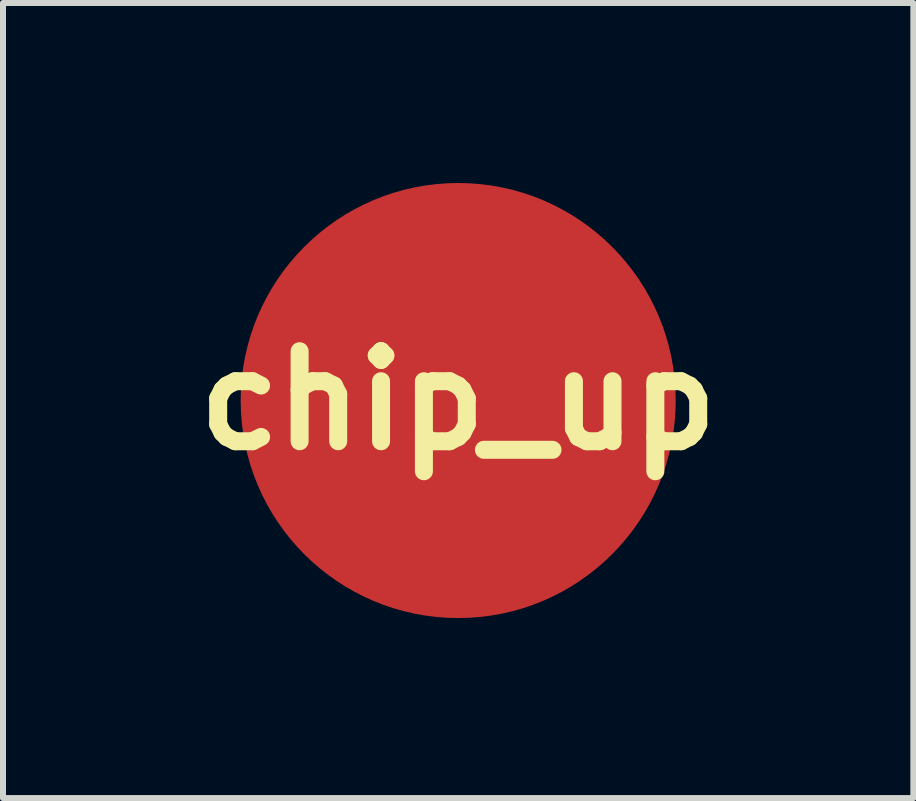
<source format=kicad_pcb>
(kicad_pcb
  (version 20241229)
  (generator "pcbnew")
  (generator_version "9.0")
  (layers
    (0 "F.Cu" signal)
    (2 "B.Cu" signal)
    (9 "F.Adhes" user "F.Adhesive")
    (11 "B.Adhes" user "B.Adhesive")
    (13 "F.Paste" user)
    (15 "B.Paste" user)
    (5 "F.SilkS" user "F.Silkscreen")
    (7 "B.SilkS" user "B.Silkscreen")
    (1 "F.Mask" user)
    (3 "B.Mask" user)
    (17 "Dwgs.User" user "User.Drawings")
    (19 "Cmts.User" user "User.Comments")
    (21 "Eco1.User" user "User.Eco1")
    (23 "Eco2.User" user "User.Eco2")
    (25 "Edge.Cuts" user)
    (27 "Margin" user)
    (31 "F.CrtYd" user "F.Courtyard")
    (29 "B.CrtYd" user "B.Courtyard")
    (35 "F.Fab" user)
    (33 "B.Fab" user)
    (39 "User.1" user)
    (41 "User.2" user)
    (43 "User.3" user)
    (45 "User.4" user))
  (footprint "chip_up"
    (layer "F.Cu")
    (at 4.586 3.625)
    (property "Reference" "chip_up" (at 0 0 0) (layer "F.SilkS") (effects (font (size 1.5 1.5) (thickness 0.3))))
    (attr board_only exclude_from_pos_files exclude_from_bom)
    (fp_poly (pts (xy 0.113 -3.497) (xy 0.204 -3.494) (xy 0.227 -3.492) (xy 0.344 -3.483) (xy 0.46 -3.47) (xy 0.576 -3.452) (xy 0.69 -3.431) (xy 0.804 -3.407) (xy 0.917 -3.378) (xy 1.028 -3.346) (xy 1.138 -3.31) (xy 1.247 -3.271) (xy 1.355 -3.228) (xy 1.461 -3.181) (xy 1.566 -3.13) (xy 1.669 -3.077) (xy 1.77 -3.019) (xy 1.87 -2.959) (xy 1.967 -2.894) (xy 2.063 -2.827) (xy 2.157 -2.756) (xy 2.249 -2.682) (xy 2.298 -2.64) (xy 2.322 -2.619) (xy 2.348 -2.595) (xy 2.375 -2.57) (xy 2.403 -2.544) (xy 2.432 -2.516) (xy 2.46 -2.488) (xy 2.488 -2.46) (xy 2.516 -2.433) (xy 2.541 -2.406) (xy 2.565 -2.382) (xy 2.586 -2.359) (xy 2.588 -2.356) (xy 2.666 -2.268) (xy 2.739 -2.178) (xy 2.809 -2.088) (xy 2.876 -1.995) (xy 2.939 -1.901) (xy 2.999 -1.804) (xy 3.057 -1.706) (xy 3.111 -1.605) (xy 3.138 -1.551) (xy 3.188 -1.445) (xy 3.235 -1.338) (xy 3.278 -1.229) (xy 3.317 -1.119) (xy 3.352 -1.008) (xy 3.384 -0.896) (xy 3.412 -0.783) (xy 3.436 -0.669) (xy 3.456 -0.555) (xy 3.473 -0.439) (xy 3.485 -0.323) (xy 3.494 -0.207) (xy 3.499 -0.09) (xy 3.5 0.028) (xy 3.497 0.145) (xy 3.49 0.263) (xy 3.486 0.312) (xy 3.474 0.429) (xy 3.458 0.545) (xy 3.438 0.659) (xy 3.414 0.773) (xy 3.387 0.886) (xy 3.356 0.997) (xy 3.321 1.108) (xy 3.283 1.217) (xy 3.241 1.324) (xy 3.195 1.43) (xy 3.147 1.535) (xy 3.094 1.638) (xy 3.039 1.739) (xy 2.979 1.838) (xy 2.917 1.935) (xy 2.852 2.031) (xy 2.783 2.124) (xy 2.711 2.215) (xy 2.636 2.304) (xy 2.557 2.39) (xy 2.476 2.474) (xy 2.392 2.556) (xy 2.309 2.631) (xy 2.22 2.706) (xy 2.128 2.779) (xy 2.034 2.849) (xy 1.938 2.915) (xy 1.84 2.978) (xy 1.739 3.038) (xy 1.637 3.095) (xy 1.533 3.147) (xy 1.427 3.197) (xy 1.32 3.243) (xy 1.212 3.285) (xy 1.11 3.321) (xy 0.998 3.356) (xy 0.885 3.387) (xy 0.771 3.415) (xy 0.657 3.439) (xy 0.542 3.459) (xy 0.426 3.475) (xy 0.31 3.487) (xy 0.193 3.495) (xy 0.076 3.499) (xy -0.01 3.5) (xy -0.028 3.5) (xy -0.045 3.5) (xy -0.061 3.499) (xy -0.075 3.499) (xy -0.087 3.499) (xy -0.097 3.499) (xy -0.102 3.499) (xy -0.218 3.494) (xy -0.334 3.484) (xy -0.449 3.471) (xy -0.564 3.455) (xy -0.678 3.434) (xy -0.791 3.41) (xy -0.904 3.382) (xy -1.015 3.351) (xy -1.124 3.316) (xy -1.232 3.277) (xy -1.338 3.235) (xy -1.376 3.219) (xy -1.416 3.201) (xy -1.458 3.182) (xy -1.501 3.162) (xy -1.545 3.141) (xy -1.587 3.12) (xy -1.628 3.099) (xy -1.667 3.078) (xy -1.693 3.064) (xy -1.796 3.005) (xy -1.897 2.942) (xy -1.995 2.876) (xy -2.09 2.808) (xy -2.183 2.736) (xy -2.274 2.661) (xy -2.362 2.583) (xy -2.447 2.503) (xy -2.529 2.419) (xy -2.609 2.333) (xy -2.686 2.244) (xy -2.76 2.153) (xy -2.831 2.058) (xy -2.899 1.962) (xy -2.91 1.944) (xy -2.974 1.846) (xy -3.034 1.745) (xy -3.091 1.643) (xy -3.144 1.539) (xy -3.193 1.434) (xy -3.239 1.327) (xy -3.281 1.219) (xy -3.32 1.11) (xy -3.355 1) (xy -3.386 0.888) (xy -3.413 0.776) (xy -3.437 0.662) (xy -3.457 0.548) (xy -3.473 0.433) (xy -3.485 0.317) (xy -3.494 0.201) (xy -3.499 0.084) (xy -3.499 -0.000422) (xy -3.058 -0.000422) (xy -3.056 0.11) (xy -3.05 0.22) (xy -3.044 0.296) (xy -3.032 0.405) (xy -3.016 0.512) (xy -2.996 0.619) (xy -2.972 0.725) (xy -2.944 0.831) (xy -2.913 0.935) (xy -2.878 1.038) (xy -2.839 1.14) (xy -2.796 1.24) (xy -2.75 1.339) (xy -2.7 1.437) (xy -2.647 1.533) (xy -2.646 1.535) (xy -2.59 1.628) (xy -2.531 1.718) (xy -2.468 1.807) (xy -2.402 1.893) (xy -2.333 1.977) (xy -2.262 2.058) (xy -2.187 2.137) (xy -2.11 2.213) (xy -2.031 2.287) (xy -1.948 2.357) (xy -1.864 2.425) (xy -1.777 2.49) (xy -1.688 2.551) (xy -1.597 2.609) (xy -1.504 2.664) (xy -1.409 2.716) (xy -1.321 2.76) (xy -1.22 2.806) (xy -1.118 2.848) (xy -1.015 2.886) (xy -0.911 2.921) (xy -0.806 2.951) (xy -0.7 2.978) (xy -0.593 3.001) (xy -0.485 3.021) (xy -0.376 3.036) (xy -0.265 3.048) (xy -0.154 3.055) (xy -0.143 3.056) (xy -0.131 3.056) (xy -0.115 3.057) (xy -0.097 3.057) (xy -0.076 3.057) (xy -0.053 3.057) (xy -0.03 3.058) (xy -0.005 3.058) (xy 0.019 3.058) (xy 0.043 3.058) (xy 0.066 3.057) (xy 0.087 3.057) (xy 0.106 3.057) (xy 0.122 3.057) (xy 0.135 3.056) (xy 0.137 3.056) (xy 0.248 3.049) (xy 0.359 3.038) (xy 0.469 3.023) (xy 0.577 3.004) (xy 0.684 2.982) (xy 0.79 2.956) (xy 0.895 2.926) (xy 0.999 2.892) (xy 1.102 2.855) (xy 1.203 2.813) (xy 1.303 2.769) (xy 1.401 2.72) (xy 1.498 2.668) (xy 1.5 2.666) (xy 1.594 2.611) (xy 1.686 2.552) (xy 1.776 2.49) (xy 1.864 2.425) (xy 1.949 2.357) (xy 2.032 2.286) (xy 2.112 2.212) (xy 2.19 2.136) (xy 2.264 2.056) (xy 2.336 1.974) (xy 2.405 1.89) (xy 2.471 1.803) (xy 2.534 1.713) (xy 2.594 1.622) (xy 2.643 1.541) (xy 2.697 1.445) (xy 2.747 1.347) (xy 2.793 1.248) (xy 2.836 1.147) (xy 2.876 1.045) (xy 2.911 0.941) (xy 2.943 0.836) (xy 2.968 0.744) (xy 2.986 0.667) (xy 3.002 0.591) (xy 3.016 0.514) (xy 3.028 0.436) (xy 3.038 0.356) (xy 3.047 0.273) (xy 3.053 0.188) (xy 3.054 0.176) (xy 3.055 0.164) (xy 3.055 0.148) (xy 3.056 0.129) (xy 3.056 0.108) (xy 3.057 0.085) (xy 3.057 0.06) (xy 3.057 0.035) (xy 3.058 0.01) (xy 3.058 -0.015) (xy 3.058 -0.04) (xy 3.057 -0.063) (xy 3.057 -0.084) (xy 3.057 -0.103) (xy 3.056 -0.119) (xy 3.056 -0.125) (xy 3.051 -0.214) (xy 3.044 -0.301) (xy 3.035 -0.386) (xy 3.023 -0.47) (xy 3.009 -0.554) (xy 2.998 -0.61) (xy 2.974 -0.716) (xy 2.947 -0.822) (xy 2.916 -0.926) (xy 2.881 -1.029) (xy 2.843 -1.13) (xy 2.801 -1.231) (xy 2.755 -1.329) (xy 2.706 -1.426) (xy 2.654 -1.522) (xy 2.598 -1.615) (xy 2.539 -1.706) (xy 2.476 -1.796) (xy 2.411 -1.883) (xy 2.342 -1.967) (xy 2.328 -1.983) (xy 2.281 -2.037) (xy 2.231 -2.091) (xy 2.179 -2.145) (xy 2.126 -2.198) (xy 2.072 -2.249) (xy 2.018 -2.298) (xy 1.998 -2.315) (xy 1.914 -2.386) (xy 1.827 -2.453) (xy 1.739 -2.516) (xy 1.648 -2.577) (xy 1.556 -2.633) (xy 1.462 -2.687) (xy 1.366 -2.737) (xy 1.269 -2.783) (xy 1.17 -2.826) (xy 1.07 -2.866) (xy 0.968 -2.902) (xy 0.865 -2.934) (xy 0.761 -2.962) (xy 0.656 -2.987) (xy 0.55 -3.009) (xy 0.443 -3.026) (xy 0.335 -3.04) (xy 0.226 -3.05) (xy 0.117 -3.056) (xy 0.008 -3.058) (xy -0.103 -3.056) (xy -0.195 -3.052) (xy -0.304 -3.043) (xy -0.412 -3.031) (xy -0.52 -3.014) (xy -0.627 -2.994) (xy -0.733 -2.97) (xy -0.838 -2.942) (xy -0.941 -2.91) (xy -1.044 -2.875) (xy -1.146 -2.836) (xy -1.246 -2.793) (xy -1.344 -2.747) (xy -1.441 -2.698) (xy -1.536 -2.645) (xy -1.629 -2.588) (xy -1.692 -2.548) (xy -1.755 -2.504) (xy -1.817 -2.459) (xy -1.879 -2.413) (xy -1.938 -2.365) (xy -1.986 -2.325) (xy -2.039 -2.279) (xy -2.092 -2.23) (xy -2.145 -2.179) (xy -2.196 -2.127) (xy -2.246 -2.074) (xy -2.294 -2.022) (xy -2.319 -1.993) (xy -2.39 -1.908) (xy -2.457 -1.821) (xy -2.52 -1.732) (xy -2.581 -1.642) (xy -2.637 -1.549) (xy -2.691 -1.455) (xy -2.74 -1.359) (xy -2.787 -1.261) (xy -2.83 -1.162) (xy -2.869 -1.062) (xy -2.904 -0.96) (xy -2.936 -0.857) (xy -2.965 -0.753) (xy -2.989 -0.648) (xy -3.01 -0.542) (xy -3.027 -0.435) (xy -3.041 -0.327) (xy -3.05 -0.219) (xy -3.056 -0.11) (xy -3.058 -0.000422) (xy -3.499 -0.000422) (xy -3.499 -0.033) (xy -3.496 -0.151) (xy -3.489 -0.269) (xy -3.481 -0.36) (xy -3.468 -0.476) (xy -3.45 -0.591) (xy -3.429 -0.705) (xy -3.404 -0.818) (xy -3.375 -0.929) (xy -3.342 -1.04) (xy -3.306 -1.149) (xy -3.267 -1.257) (xy -3.224 -1.363) (xy -3.177 -1.468) (xy -3.127 -1.572) (xy -3.074 -1.673) (xy -3.018 -1.773) (xy -2.958 -1.871) (xy -2.895 -1.967) (xy -2.829 -2.061) (xy -2.759 -2.152) (xy -2.687 -2.242) (xy -2.612 -2.329) (xy -2.533 -2.414) (xy -2.452 -2.496) (xy -2.368 -2.576) (xy -2.281 -2.654) (xy -2.192 -2.728) (xy -2.099 -2.8) (xy -2.004 -2.869) (xy -2.003 -2.87) (xy -1.906 -2.935) (xy -1.807 -2.998) (xy -1.706 -3.056) (xy -1.603 -3.112) (xy -1.498 -3.163) (xy -1.392 -3.211) (xy -1.285 -3.256) (xy -1.176 -3.297) (xy -1.066 -3.334) (xy -0.954 -3.368) (xy -0.842 -3.397) (xy -0.728 -3.423) (xy -0.613 -3.446) (xy -0.498 -3.464) (xy -0.382 -3.479) (xy -0.265 -3.489) (xy -0.254 -3.49) (xy -0.164 -3.495) (xy -0.072 -3.498) (xy 0.021 -3.499)) (stroke (width 0) (type solid)) (fill yes) (layer "F.Mask"))
    (fp_poly (pts (xy 0.001 -2.825) (xy 0.02 -2.824) (xy 0.037 -2.822) (xy 0.052 -2.818) (xy 0.066 -2.812) (xy 0.07 -2.81) (xy 0.089 -2.799) (xy 0.106 -2.786) (xy 0.121 -2.77) (xy 0.135 -2.752) (xy 0.143 -2.737) (xy 0.157 -2.714) (xy 0.152 -2.711) (xy 0.145 -2.706) (xy 0.135 -2.701) (xy 0.122 -2.695) (xy 0.108 -2.69) (xy 0.099 -2.687) (xy 0.09 -2.684) (xy 0.083 -2.681) (xy 0.078 -2.679) (xy 0.075 -2.677) (xy 0.074 -2.675) (xy 0.073 -2.669) (xy 0.07 -2.661) (xy 0.066 -2.651) (xy 0.063 -2.639) (xy 0.059 -2.626) (xy 0.054 -2.614) (xy 0.05 -2.601) (xy 0.046 -2.589) (xy 0.043 -2.578) (xy 0.04 -2.57) (xy 0.039 -2.565) (xy 0.038 -2.561) (xy 0.059 -2.565) (xy 0.098 -2.573) (xy 0.135 -2.583) (xy 0.168 -2.596) (xy 0.186 -2.604) (xy 0.196 -2.609) (xy 0.203 -2.612) (xy 0.207 -2.614) (xy 0.209 -2.614) (xy 0.211 -2.613) (xy 0.212 -2.613) (xy 0.213 -2.61) (xy 0.216 -2.605) (xy 0.221 -2.597) (xy 0.226 -2.586) (xy 0.233 -2.575) (xy 0.24 -2.562) (xy 0.242 -2.558) (xy 0.251 -2.542) (xy 0.258 -2.528) (xy 0.263 -2.518) (xy 0.267 -2.51) (xy 0.268 -2.506) (xy 0.268 -2.504) (xy 0.265 -2.502) (xy 0.258 -2.499) (xy 0.248 -2.496) (xy 0.237 -2.492) (xy 0.223 -2.488) (xy 0.209 -2.484) (xy 0.194 -2.48) (xy 0.179 -2.476) (xy 0.171 -2.474) (xy 0.151 -2.47) (xy 0.168 -2.419) (xy 0.172 -2.405) (xy 0.176 -2.393) (xy 0.18 -2.382) (xy 0.182 -2.374) (xy 0.184 -2.369) (xy 0.185 -2.366) (xy 0.185 -2.366) (xy 0.188 -2.366) (xy 0.194 -2.367) (xy 0.202 -2.369) (xy 0.213 -2.371) (xy 0.225 -2.375) (xy 0.238 -2.378) (xy 0.252 -2.382) (xy 0.265 -2.387) (xy 0.278 -2.391) (xy 0.29 -2.395) (xy 0.3 -2.399) (xy 0.309 -2.402) (xy 0.317 -2.405) (xy 0.322 -2.406) (xy 0.325 -2.407) (xy 0.325 -2.407) (xy 0.326 -2.405) (xy 0.329 -2.4) (xy 0.333 -2.392) (xy 0.338 -2.382) (xy 0.345 -2.371) (xy 0.352 -2.358) (xy 0.355 -2.352) (xy 0.364 -2.336) (xy 0.37 -2.324) (xy 0.375 -2.315) (xy 0.379 -2.308) (xy 0.381 -2.303) (xy 0.382 -2.299) (xy 0.383 -2.297) (xy 0.382 -2.296) (xy 0.381 -2.295) (xy 0.378 -2.293) (xy 0.371 -2.29) (xy 0.362 -2.287) (xy 0.352 -2.282) (xy 0.341 -2.278) (xy 0.329 -2.274) (xy 0.318 -2.27) (xy 0.309 -2.267) (xy 0.259 -2.253) (xy 0.206 -2.241) (xy 0.151 -2.231) (xy 0.093 -2.224) (xy 0.034 -2.218) (xy -0.028 -2.216) (xy -0.067 -2.215) (xy -0.122 -2.215) (xy -0.14 -2.161) (xy -0.144 -2.147) (xy -0.148 -2.135) (xy -0.151 -2.124) (xy -0.154 -2.115) (xy -0.155 -2.109) (xy -0.156 -2.107) (xy -0.156 -2.106) (xy -0.153 -2.106) (xy -0.147 -2.106) (xy -0.139 -2.105) (xy -0.127 -2.105) (xy -0.114 -2.105) (xy -0.099 -2.105) (xy -0.082 -2.105) (xy -0.066 -2.105) (xy -0.049 -2.106) (xy -0.032 -2.106) (xy -0.016 -2.106) (xy -0.001 -2.107) (xy 0.011 -2.107) (xy 0.022 -2.107) (xy 0.029 -2.108) (xy 0.093 -2.113) (xy 0.153 -2.121) (xy 0.211 -2.13) (xy 0.265 -2.141) (xy 0.315 -2.154) (xy 0.362 -2.169) (xy 0.406 -2.186) (xy 0.412 -2.188) (xy 0.422 -2.192) (xy 0.429 -2.196) (xy 0.435 -2.198) (xy 0.439 -2.199) (xy 0.439 -2.199) (xy 0.441 -2.196) (xy 0.444 -2.191) (xy 0.449 -2.183) (xy 0.454 -2.173) (xy 0.46 -2.161) (xy 0.467 -2.149) (xy 0.474 -2.136) (xy 0.481 -2.123) (xy 0.487 -2.111) (xy 0.493 -2.099) (xy 0.498 -2.089) (xy 0.502 -2.081) (xy 0.505 -2.075) (xy 0.507 -2.072) (xy 0.507 -2.072) (xy 0.504 -2.071) (xy 0.499 -2.069) (xy 0.492 -2.066) (xy 0.482 -2.063) (xy 0.472 -2.06) (xy 0.462 -2.056) (xy 0.451 -2.053) (xy 0.442 -2.05) (xy 0.435 -2.048) (xy 0.43 -2.047) (xy 0.429 -2.047) (xy 0.427 -2.045) (xy 0.426 -2.044) (xy 0.427 -2.042) (xy 0.429 -2.036) (xy 0.431 -2.028) (xy 0.434 -2.018) (xy 0.438 -2.007) (xy 0.442 -1.995) (xy 0.445 -1.983) (xy 0.449 -1.972) (xy 0.453 -1.961) (xy 0.455 -1.952) (xy 0.458 -1.946) (xy 0.459 -1.942) (xy 0.459 -1.942) (xy 0.461 -1.942) (xy 0.467 -1.943) (xy 0.474 -1.946) (xy 0.484 -1.948) (xy 0.495 -1.952) (xy 0.506 -1.956) (xy 0.518 -1.959) (xy 0.529 -1.963) (xy 0.538 -1.966) (xy 0.547 -1.97) (xy 0.555 -1.972) (xy 0.56 -1.974) (xy 0.562 -1.975) (xy 0.562 -1.975) (xy 0.564 -1.971) (xy 0.568 -1.965) (xy 0.573 -1.956) (xy 0.579 -1.946) (xy 0.585 -1.934) (xy 0.591 -1.922) (xy 0.598 -1.909) (xy 0.605 -1.896) (xy 0.611 -1.885) (xy 0.617 -1.874) (xy 0.621 -1.865) (xy 0.625 -1.858) (xy 0.627 -1.853) (xy 0.627 -1.852) (xy 0.625 -1.851) (xy 0.619 -1.848) (xy 0.611 -1.845) (xy 0.6 -1.841) (xy 0.589 -1.836) (xy 0.577 -1.832) (xy 0.565 -1.827) (xy 0.554 -1.823) (xy 0.549 -1.822) (xy 0.492 -1.804) (xy 0.432 -1.788) (xy 0.368 -1.774) (xy 0.302 -1.762) (xy 0.233 -1.752) (xy 0.161 -1.744) (xy 0.087 -1.738) (xy 0.032 -1.735) (xy 0.013 -1.734) (xy -0.01 -1.734) (xy -0.036 -1.734) (xy -0.064 -1.734) (xy -0.094 -1.734) (xy -0.113 -1.734) (xy -0.137 -1.734) (xy -0.159 -1.735) (xy -0.177 -1.735) (xy -0.193 -1.735) (xy -0.209 -1.736) (xy -0.223 -1.737) (xy -0.238 -1.738) (xy -0.253 -1.739) (xy -0.27 -1.74) (xy -0.289 -1.741) (xy -0.3 -1.742) (xy -0.312 -1.743) (xy -0.322 -1.744) (xy -0.33 -1.745) (xy -0.336 -1.745) (xy -0.338 -1.745) (xy -0.338 -1.745) (xy -0.339 -1.743) (xy -0.341 -1.737) (xy -0.344 -1.729) (xy -0.347 -1.719) (xy -0.351 -1.706) (xy -0.356 -1.693) (xy -0.356 -1.692) (xy -0.361 -1.675) (xy -0.365 -1.662) (xy -0.368 -1.652) (xy -0.37 -1.645) (xy -0.371 -1.641) (xy -0.37 -1.64) (xy -0.368 -1.639) (xy -0.362 -1.638) (xy -0.353 -1.637) (xy -0.341 -1.636) (xy -0.328 -1.635) (xy -0.314 -1.634) (xy -0.298 -1.632) (xy -0.283 -1.631) (xy -0.267 -1.63) (xy -0.253 -1.629) (xy -0.245 -1.628) (xy -0.21 -1.626) (xy -0.173 -1.625) (xy -0.133 -1.624) (xy -0.092 -1.624) (xy -0.05 -1.624) (xy -0.008 -1.624) (xy 0.033 -1.626) (xy 0.072 -1.627) (xy 0.101 -1.629) (xy 0.177 -1.636) (xy 0.251 -1.644) (xy 0.323 -1.655) (xy 0.392 -1.667) (xy 0.458 -1.682) (xy 0.521 -1.698) (xy 0.58 -1.717) (xy 0.637 -1.737) (xy 0.645 -1.741) (xy 0.656 -1.745) (xy 0.666 -1.749) (xy 0.675 -1.752) (xy 0.68 -1.754) (xy 0.683 -1.755) (xy 0.683 -1.755) (xy 0.684 -1.753) (xy 0.687 -1.748) (xy 0.691 -1.74) (xy 0.697 -1.73) (xy 0.704 -1.717) (xy 0.711 -1.703) (xy 0.72 -1.687) (xy 0.729 -1.67) (xy 0.733 -1.664) (xy 0.742 -1.646) (xy 0.751 -1.63) (xy 0.76 -1.615) (xy 0.767 -1.601) (xy 0.774 -1.59) (xy 0.779 -1.581) (xy 0.782 -1.574) (xy 0.784 -1.571) (xy 0.785 -1.571) (xy 0.788 -1.568) (xy 0.793 -1.565) (xy 0.795 -1.565) (xy 0.801 -1.562) (xy 0.811 -1.558) (xy 0.823 -1.553) (xy 0.837 -1.547) (xy 0.852 -1.541) (xy 0.867 -1.534) (xy 0.883 -1.527) (xy 0.898 -1.521) (xy 0.911 -1.514) (xy 0.922 -1.509) (xy 0.968 -1.487) (xy 1.015 -1.462) (xy 1.063 -1.436) (xy 1.109 -1.409) (xy 1.131 -1.395) (xy 1.142 -1.388) (xy 1.15 -1.384) (xy 1.155 -1.38) (xy 1.159 -1.379) (xy 1.162 -1.378) (xy 1.163 -1.379) (xy 1.164 -1.38) (xy 1.166 -1.382) (xy 1.17 -1.387) (xy 1.175 -1.395) (xy 1.183 -1.405) (xy 1.193 -1.418) (xy 1.204 -1.433) (xy 1.216 -1.45) (xy 1.23 -1.468) (xy 1.245 -1.489) (xy 1.262 -1.51) (xy 1.278 -1.533) (xy 1.296 -1.557) (xy 1.307 -1.572) (xy 1.325 -1.596) (xy 1.343 -1.62) (xy 1.36 -1.643) (xy 1.376 -1.664) (xy 1.391 -1.684) (xy 1.405 -1.703) (xy 1.418 -1.72) (xy 1.429 -1.735) (xy 1.439 -1.747) (xy 1.447 -1.758) (xy 1.453 -1.765) (xy 1.457 -1.77) (xy 1.458 -1.771) (xy 1.475 -1.787) (xy 1.495 -1.799) (xy 1.517 -1.808) (xy 1.54 -1.814) (xy 1.563 -1.816) (xy 1.588 -1.815) (xy 1.612 -1.811) (xy 1.627 -1.806) (xy 1.649 -1.796) (xy 1.668 -1.782) (xy 1.686 -1.767) (xy 1.701 -1.748) (xy 1.713 -1.728) (xy 1.722 -1.707) (xy 1.727 -1.685) (xy 1.729 -1.674) (xy 1.729 -1.67) (xy 1.728 -1.662) (xy 1.728 -1.652) (xy 1.728 -1.638) (xy 1.727 -1.621) (xy 1.726 -1.601) (xy 1.724 -1.577) (xy 1.723 -1.549) (xy 1.721 -1.518) (xy 1.719 -1.484) (xy 1.717 -1.445) (xy 1.715 -1.403) (xy 1.712 -1.357) (xy 1.709 -1.307) (xy 1.707 -1.279) (xy 1.685 -0.901) (xy 1.71 -0.869) (xy 1.764 -0.794) (xy 1.815 -0.717) (xy 1.862 -0.639) (xy 1.906 -0.559) (xy 1.946 -0.478) (xy 1.983 -0.395) (xy 2.016 -0.311) (xy 2.045 -0.225) (xy 2.071 -0.139) (xy 2.093 -0.051) (xy 2.111 0.038) (xy 2.126 0.127) (xy 2.137 0.217) (xy 2.144 0.308) (xy 2.147 0.399) (xy 2.146 0.491) (xy 2.141 0.583) (xy 2.133 0.675) (xy 2.123 0.754) (xy 2.107 0.843) (xy 2.088 0.932) (xy 2.065 1.019) (xy 2.039 1.106) (xy 2.008 1.191) (xy 1.974 1.276) (xy 1.936 1.358) (xy 1.895 1.44) (xy 1.85 1.519) (xy 1.802 1.597) (xy 1.751 1.673) (xy 1.696 1.747) (xy 1.642 1.814) (xy 1.584 1.879) (xy 1.523 1.943) (xy 1.46 2.004) (xy 1.395 2.063) (xy 1.341 2.107) (xy 1.319 2.124) (xy 1.296 2.142) (xy 1.271 2.161) (xy 1.246 2.179) (xy 1.221 2.196) (xy 1.211 2.203) (xy 1.2 2.211) (xy 1.191 2.217) (xy 1.183 2.222) (xy 1.178 2.226) (xy 1.175 2.228) (xy 1.174 2.228) (xy 1.174 2.23) (xy 1.171 2.235) (xy 1.168 2.244) (xy 1.164 2.256) (xy 1.158 2.27) (xy 1.151 2.286) (xy 1.144 2.305) (xy 1.136 2.326) (xy 1.127 2.349) (xy 1.118 2.373) (xy 1.108 2.398) (xy 1.1 2.418) (xy 1.09 2.444) (xy 1.08 2.47) (xy 1.071 2.494) (xy 1.061 2.517) (xy 1.053 2.539) (xy 1.045 2.558) (xy 1.038 2.575) (xy 1.032 2.59) (xy 1.028 2.602) (xy 1.024 2.611) (xy 1.021 2.617) (xy 1.02 2.619) (xy 1.007 2.639) (xy 0.99 2.657) (xy 0.971 2.672) (xy 0.95 2.684) (xy 0.927 2.693) (xy 0.926 2.693) (xy 0.911 2.696) (xy 0.893 2.698) (xy 0.876 2.699) (xy 0.859 2.698) (xy 0.851 2.696) (xy 0.828 2.69) (xy 0.805 2.68) (xy 0.785 2.667) (xy 0.767 2.651) (xy 0.751 2.633) (xy 0.739 2.613) (xy 0.737 2.609) (xy 0.734 2.601) (xy 0.73 2.591) (xy 0.725 2.579) (xy 0.72 2.565) (xy 0.714 2.55) (xy 0.708 2.536) (xy 0.702 2.52) (xy 0.697 2.506) (xy 0.692 2.493) (xy 0.688 2.483) (xy 0.684 2.475) (xy 0.682 2.47) (xy 0.682 2.468) (xy 0.682 2.468) (xy 0.68 2.468) (xy 0.675 2.469) (xy 0.667 2.472) (xy 0.659 2.474) (xy 0.571 2.5) (xy 0.482 2.523) (xy 0.393 2.541) (xy 0.303 2.556) (xy 0.211 2.567) (xy 0.119 2.574) (xy 0.113 2.574) (xy 0.099 2.575) (xy 0.081 2.575) (xy 0.061 2.576) (xy 0.039 2.576) (xy 0.015 2.576) (xy -0.008 2.576) (xy -0.032 2.576) (xy -0.054 2.576) (xy -0.075 2.575) (xy -0.094 2.575) (xy -0.109 2.574) (xy -0.113 2.574) (xy -0.205 2.567) (xy -0.296 2.557) (xy -0.386 2.542) (xy -0.474 2.524) (xy -0.562 2.503) (xy -0.648 2.478) (xy -0.649 2.477) (xy -0.659 2.474) (xy -0.667 2.472) (xy -0.672 2.47) (xy -0.675 2.469) (xy -0.675 2.469) (xy -0.676 2.471) (xy -0.678 2.477) (xy -0.681 2.485) (xy -0.685 2.495) (xy -0.69 2.508) (xy -0.696 2.523) (xy -0.702 2.538) (xy -0.704 2.543) (xy -0.711 2.56) (xy -0.717 2.576) (xy -0.723 2.592) (xy -0.729 2.605) (xy -0.733 2.617) (xy -0.737 2.625) (xy -0.74 2.631) (xy -0.74 2.632) (xy -0.753 2.653) (xy -0.769 2.671) (xy -0.787 2.686) (xy -0.807 2.699) (xy -0.83 2.708) (xy -0.854 2.714) (xy -0.873 2.716) (xy -0.883 2.716) (xy -0.893 2.716) (xy -0.902 2.715) (xy -0.903 2.715) (xy -0.928 2.709) (xy -0.951 2.7) (xy -0.972 2.688) (xy -0.991 2.673) (xy -1.008 2.655) (xy -1.021 2.634) (xy -1.024 2.629) (xy -1.025 2.625) (xy -1.028 2.619) (xy -1.032 2.609) (xy -1.037 2.596) (xy -1.043 2.581) (xy -1.05 2.563) (xy -1.058 2.543) (xy -1.066 2.521) (xy -1.075 2.498) (xy -1.085 2.473) (xy -1.095 2.446) (xy -1.106 2.42) (xy -1.118 2.388) (xy -1.129 2.36) (xy -1.139 2.335) (xy -1.147 2.313) (xy -1.155 2.294) (xy -1.161 2.278) (xy -1.167 2.264) (xy -1.171 2.252) (xy -1.175 2.243) (xy -1.179 2.235) (xy -1.181 2.229) (xy -1.183 2.225) (xy -1.185 2.222) (xy -1.186 2.22) (xy -1.187 2.219) (xy -1.188 2.219) (xy -1.193 2.215) (xy -1.201 2.21) (xy -1.211 2.203) (xy -1.222 2.195) (xy -1.235 2.186) (xy -1.248 2.177) (xy -1.261 2.168) (xy -1.273 2.159) (xy -1.284 2.151) (xy -1.286 2.149) (xy -1.355 2.095) (xy -1.423 2.037) (xy -1.488 1.977) (xy -1.55 1.915) (xy -1.61 1.85) (xy -1.648 1.805) (xy -1.706 1.733) (xy -1.761 1.658) (xy -1.812 1.581) (xy -1.86 1.503) (xy -1.904 1.423) (xy -1.944 1.341) (xy -1.982 1.257) (xy -2.015 1.171) (xy -2.04 1.099) (xy -2.067 1.012) (xy -2.089 0.924) (xy -2.108 0.835) (xy -2.123 0.746) (xy -2.135 0.656) (xy -2.136 0.647) (xy -2.138 0.627) (xy -2.139 0.609) (xy -2.141 0.593) (xy -2.142 0.578) (xy -2.143 0.563) (xy -2.143 0.549) (xy -2.144 0.533) (xy -2.144 0.516) (xy -2.144 0.498) (xy -2.145 0.477) (xy -2.145 0.454) (xy -2.145 0.428) (xy -2.145 0.4) (xy -2.145 0.375) (xy -2.144 0.352) (xy -2.144 0.332) (xy -2.143 0.314) (xy -2.143 0.296) (xy -2.142 0.28) (xy -2.14 0.263) (xy -2.139 0.245) (xy -2.137 0.227) (xy -2.135 0.206) (xy -2.134 0.194) (xy -2.122 0.103) (xy -2.106 0.013) (xy -2.086 -0.077) (xy -2.063 -0.165) (xy -2.036 -0.252) (xy -2.005 -0.338) (xy -1.971 -0.422) (xy -1.932 -0.505) (xy -1.891 -0.587) (xy -1.845 -0.667) (xy -1.796 -0.745) (xy -1.744 -0.821) (xy -1.708 -0.87) (xy -1.696 -0.886) (xy -0.624 -0.886) (xy -0.623 -0.87) (xy -0.621 -0.856) (xy -0.618 -0.843) (xy -0.612 -0.829) (xy -0.606 -0.816) (xy -0.598 -0.803) (xy -0.588 -0.791) (xy -0.576 -0.778) (xy -0.564 -0.767) (xy -0.551 -0.759) (xy -0.548 -0.757) (xy -0.526 -0.747) (xy -0.504 -0.741) (xy -0.481 -0.739) (xy -0.458 -0.74) (xy -0.443 -0.743) (xy -0.434 -0.745) (xy -0.423 -0.749) (xy -0.413 -0.754) (xy -0.41 -0.755) (xy -0.401 -0.76) (xy -0.393 -0.765) (xy -0.386 -0.77) (xy -0.378 -0.778) (xy -0.374 -0.782) (xy -0.373 -0.783) (xy -0.178 -0.783) (xy -0.176 -0.767) (xy -0.173 -0.75) (xy -0.168 -0.733) (xy -0.163 -0.72) (xy -0.153 -0.702) (xy -0.14 -0.684) (xy -0.125 -0.668) (xy -0.109 -0.653) (xy -0.092 -0.641) (xy -0.089 -0.639) (xy -0.075 -0.632) (xy -0.059 -0.626) (xy -0.043 -0.621) (xy -0.028 -0.617) (xy -0.026 -0.617) (xy -0.013 -0.616) (xy 0.003 -0.616) (xy 0.019 -0.617) (xy 0.034 -0.619) (xy 0.043 -0.621) (xy 0.068 -0.629) (xy 0.091 -0.64) (xy 0.112 -0.655) (xy 0.131 -0.672) (xy 0.147 -0.692) (xy 0.16 -0.715) (xy 0.17 -0.738) (xy 0.174 -0.754) (xy 0.177 -0.77) (xy 0.178 -0.785) (xy 0.178 -0.8) (xy 0.176 -0.812) (xy 0.173 -0.818) (xy 0.165 -0.829) (xy 0.155 -0.838) (xy 0.143 -0.845) (xy 0.131 -0.848) (xy 0.124 -0.849) (xy 0.112 -0.847) (xy 0.1 -0.843) (xy 0.089 -0.836) (xy 0.088 -0.834) (xy 0.08 -0.827) (xy 0.075 -0.818) (xy 0.072 -0.809) (xy 0.07 -0.797) (xy 0.069 -0.793) (xy 0.066 -0.776) (xy 0.061 -0.763) (xy 0.054 -0.751) (xy 0.049 -0.746) (xy 0.036 -0.736) (xy 0.022 -0.729) (xy 0.007 -0.726) (xy -0.008 -0.726) (xy -0.022 -0.729) (xy -0.036 -0.736) (xy -0.049 -0.746) (xy -0.05 -0.747) (xy -0.059 -0.76) (xy -0.066 -0.775) (xy -0.069 -0.791) (xy -0.072 -0.808) (xy -0.077 -0.822) (xy -0.086 -0.833) (xy -0.097 -0.841) (xy -0.11 -0.847) (xy -0.119 -0.848) (xy -0.132 -0.848) (xy -0.145 -0.844) (xy -0.156 -0.837) (xy -0.166 -0.828) (xy -0.173 -0.817) (xy -0.176 -0.81) (xy -0.178 -0.798) (xy -0.178 -0.783) (xy -0.373 -0.783) (xy -0.361 -0.795) (xy -0.352 -0.808) (xy -0.344 -0.822) (xy -0.337 -0.837) (xy -0.336 -0.842) (xy -0.334 -0.849) (xy -0.332 -0.854) (xy -0.331 -0.86) (xy -0.331 -0.867) (xy -0.33 -0.876) (xy -0.33 -0.886) (xy 0.33 -0.886) (xy 0.331 -0.871) (xy 0.332 -0.858) (xy 0.336 -0.845) (xy 0.34 -0.832) (xy 0.346 -0.819) (xy 0.351 -0.81) (xy 0.356 -0.802) (xy 0.362 -0.795) (xy 0.37 -0.786) (xy 0.373 -0.783) (xy 0.391 -0.767) (xy 0.411 -0.754) (xy 0.433 -0.746) (xy 0.455 -0.74) (xy 0.479 -0.739) (xy 0.504 -0.742) (xy 0.511 -0.743) (xy 0.531 -0.749) (xy 0.55 -0.758) (xy 0.568 -0.771) (xy 0.585 -0.785) (xy 0.598 -0.802) (xy 0.608 -0.817) (xy 0.614 -0.831) (xy 0.619 -0.844) (xy 0.622 -0.857) (xy 0.623 -0.872) (xy 0.624 -0.886) (xy 0.624 -0.898) (xy 0.623 -0.908) (xy 0.622 -0.915) (xy 0.621 -0.922) (xy 0.619 -0.928) (xy 0.61 -0.951) (xy 0.598 -0.972) (xy 0.582 -0.99) (xy 0.564 -1.006) (xy 0.545 -1.017) (xy 0.526 -1.026) (xy 0.507 -1.031) (xy 0.486 -1.033) (xy 0.478 -1.033) (xy 0.461 -1.033) (xy 0.445 -1.031) (xy 0.43 -1.026) (xy 0.414 -1.02) (xy 0.411 -1.018) (xy 0.402 -1.013) (xy 0.394 -1.009) (xy 0.387 -1.004) (xy 0.38 -0.997) (xy 0.374 -0.991) (xy 0.365 -0.982) (xy 0.359 -0.975) (xy 0.354 -0.968) (xy 0.35 -0.96) (xy 0.346 -0.954) (xy 0.34 -0.939) (xy 0.335 -0.926) (xy 0.332 -0.914) (xy 0.331 -0.9) (xy 0.33 -0.886) (xy -0.33 -0.886) (xy -0.33 -0.898) (xy -0.331 -0.907) (xy -0.331 -0.914) (xy -0.332 -0.919) (xy -0.334 -0.925) (xy -0.336 -0.931) (xy -0.342 -0.947) (xy -0.35 -0.961) (xy -0.359 -0.974) (xy -0.37 -0.987) (xy -0.374 -0.991) (xy -0.392 -1.006) (xy -0.41 -1.018) (xy -0.43 -1.027) (xy -0.452 -1.032) (xy -0.475 -1.033) (xy -0.476 -1.033) (xy -0.494 -1.033) (xy -0.51 -1.03) (xy -0.525 -1.026) (xy -0.541 -1.019) (xy -0.543 -1.018) (xy -0.561 -1.007) (xy -0.578 -0.993) (xy -0.593 -0.976) (xy -0.606 -0.958) (xy -0.613 -0.942) (xy -0.618 -0.931) (xy -0.621 -0.921) (xy -0.622 -0.912) (xy -0.623 -0.902) (xy -0.624 -0.89) (xy -0.624 -0.886) (xy -1.696 -0.886) (xy -1.684 -0.901) (xy -1.707 -1.276) (xy -1.71 -1.324) (xy -1.712 -1.368) (xy -1.715 -1.41) (xy -1.717 -1.45) (xy -1.719 -1.486) (xy -1.721 -1.52) (xy -1.723 -1.55) (xy -1.724 -1.577) (xy -1.726 -1.601) (xy -1.727 -1.621) (xy -1.727 -1.638) (xy -1.728 -1.651) (xy -1.728 -1.661) (xy -1.728 -1.667) (xy -1.728 -1.668) (xy -1.726 -1.688) (xy -1.722 -1.706) (xy -1.715 -1.723) (xy -1.713 -1.727) (xy -1.701 -1.748) (xy -1.686 -1.766) (xy -1.668 -1.783) (xy -1.646 -1.796) (xy -1.644 -1.798) (xy -1.626 -1.806) (xy -1.608 -1.812) (xy -1.588 -1.815) (xy -1.575 -1.816) (xy -1.55 -1.815) (xy -1.526 -1.811) (xy -1.504 -1.804) (xy -1.483 -1.792) (xy -1.464 -1.777) (xy -1.458 -1.771) (xy -1.455 -1.768) (xy -1.449 -1.761) (xy -1.442 -1.752) (xy -1.433 -1.74) (xy -1.422 -1.725) (xy -1.409 -1.709) (xy -1.395 -1.69) (xy -1.379 -1.669) (xy -1.362 -1.647) (xy -1.344 -1.622) (xy -1.325 -1.597) (xy -1.305 -1.57) (xy -1.305 -1.57) (xy -1.287 -1.545) (xy -1.27 -1.522) (xy -1.253 -1.5) (xy -1.238 -1.479) (xy -1.223 -1.459) (xy -1.21 -1.441) (xy -1.198 -1.425) (xy -1.187 -1.411) (xy -1.178 -1.399) (xy -1.172 -1.39) (xy -1.167 -1.383) (xy -1.164 -1.379) (xy -1.163 -1.379) (xy -1.162 -1.378) (xy -1.159 -1.378) (xy -1.154 -1.381) (xy -1.148 -1.384) (xy -1.139 -1.39) (xy -1.087 -1.421) (xy -1.033 -1.452) (xy -0.976 -1.482) (xy -0.919 -1.51) (xy -0.861 -1.537) (xy -0.817 -1.556) (xy -0.784 -1.569) (xy -0.747 -1.637) (xy -0.739 -1.652) (xy -0.731 -1.666) (xy -0.724 -1.679) (xy -0.718 -1.689) (xy -0.713 -1.697) (xy -0.709 -1.703) (xy -0.707 -1.705) (xy -0.707 -1.705) (xy -0.704 -1.705) (xy -0.698 -1.704) (xy -0.69 -1.701) (xy -0.68 -1.699) (xy -0.669 -1.696) (xy -0.657 -1.692) (xy -0.643 -1.689) (xy -0.628 -1.685) (xy -0.612 -1.681) (xy -0.596 -1.677) (xy -0.581 -1.674) (xy -0.567 -1.671) (xy -0.556 -1.669) (xy -0.548 -1.667) (xy -0.546 -1.667) (xy -0.538 -1.666) (xy -0.522 -1.717) (xy -0.518 -1.731) (xy -0.514 -1.743) (xy -0.511 -1.754) (xy -0.508 -1.762) (xy -0.507 -1.768) (xy -0.506 -1.77) (xy -0.506 -1.77) (xy -0.508 -1.77) (xy -0.513 -1.771) (xy -0.521 -1.773) (xy -0.53 -1.775) (xy -0.533 -1.776) (xy -0.544 -1.778) (xy -0.557 -1.781) (xy -0.571 -1.784) (xy -0.585 -1.787) (xy -0.6 -1.791) (xy -0.613 -1.794) (xy -0.626 -1.797) (xy -0.636 -1.8) (xy -0.644 -1.802) (xy -0.647 -1.803) (xy -0.654 -1.806) (xy -0.621 -1.867) (xy -0.613 -1.881) (xy -0.606 -1.894) (xy -0.599 -1.906) (xy -0.594 -1.916) (xy -0.589 -1.923) (xy -0.587 -1.928) (xy -0.586 -1.93) (xy -0.583 -1.93) (xy -0.577 -1.929) (xy -0.568 -1.928) (xy -0.557 -1.925) (xy -0.555 -1.925) (xy -0.512 -1.915) (xy -0.468 -1.907) (xy -0.423 -1.899) (xy -0.375 -1.892) (xy -0.325 -1.886) (xy -0.271 -1.881) (xy -0.227 -1.878) (xy -0.216 -1.877) (xy -0.202 -1.876) (xy -0.184 -1.876) (xy -0.164 -1.876) (xy -0.143 -1.875) (xy -0.119 -1.875) (xy -0.095 -1.875) (xy -0.071 -1.875) (xy -0.047 -1.875) (xy -0.023 -1.875) (xy -0.001 -1.876) (xy 0.02 -1.876) (xy 0.038 -1.876) (xy 0.054 -1.877) (xy 0.066 -1.878) (xy 0.068 -1.878) (xy 0.089 -1.879) (xy 0.11 -1.881) (xy 0.131 -1.883) (xy 0.153 -1.885) (xy 0.174 -1.887) (xy 0.195 -1.89) (xy 0.214 -1.892) (xy 0.233 -1.894) (xy 0.25 -1.897) (xy 0.264 -1.899) (xy 0.277 -1.901) (xy 0.286 -1.903) (xy 0.292 -1.904) (xy 0.295 -1.906) (xy 0.295 -1.906) (xy 0.295 -1.908) (xy 0.293 -1.914) (xy 0.291 -1.921) (xy 0.288 -1.931) (xy 0.284 -1.943) (xy 0.28 -1.955) (xy 0.277 -1.967) (xy 0.273 -1.978) (xy 0.269 -1.989) (xy 0.266 -1.998) (xy 0.264 -2.004) (xy 0.263 -2.008) (xy 0.263 -2.009) (xy 0.261 -2.009) (xy 0.255 -2.008) (xy 0.247 -2.007) (xy 0.237 -2.006) (xy 0.227 -2.004) (xy 0.155 -1.995) (xy 0.082 -1.989) (xy 0.008 -1.985) (xy -0.066 -1.983) (xy -0.14 -1.984) (xy -0.214 -1.987) (xy -0.286 -1.992) (xy -0.357 -2) (xy -0.425 -2.01) (xy -0.48 -2.021) (xy -0.495 -2.024) (xy -0.507 -2.026) (xy -0.516 -2.028) (xy -0.522 -2.03) (xy -0.526 -2.031) (xy -0.528 -2.031) (xy -0.529 -2.032) (xy -0.529 -2.032) (xy -0.529 -2.034) (xy -0.526 -2.039) (xy -0.522 -2.047) (xy -0.517 -2.056) (xy -0.511 -2.067) (xy -0.504 -2.079) (xy -0.498 -2.091) (xy -0.491 -2.104) (xy -0.484 -2.116) (xy -0.478 -2.127) (xy -0.473 -2.136) (xy -0.469 -2.143) (xy -0.466 -2.148) (xy -0.464 -2.15) (xy -0.464 -2.15) (xy -0.462 -2.15) (xy -0.457 -2.149) (xy -0.449 -2.148) (xy -0.44 -2.145) (xy -0.429 -2.143) (xy -0.415 -2.14) (xy -0.401 -2.136) (xy -0.386 -2.133) (xy -0.372 -2.131) (xy -0.359 -2.128) (xy -0.347 -2.126) (xy -0.339 -2.125) (xy -0.337 -2.125) (xy -0.326 -2.123) (xy -0.309 -2.176) (xy -0.292 -2.228) (xy -0.323 -2.233) (xy -0.338 -2.236) (xy -0.353 -2.239) (xy -0.367 -2.241) (xy -0.38 -2.244) (xy -0.391 -2.246) (xy -0.4 -2.248) (xy -0.405 -2.25) (xy -0.407 -2.251) (xy -0.407 -2.253) (xy -0.405 -2.258) (xy -0.401 -2.266) (xy -0.396 -2.276) (xy -0.389 -2.289) (xy -0.382 -2.302) (xy -0.378 -2.309) (xy -0.369 -2.325) (xy -0.362 -2.338) (xy -0.356 -2.348) (xy -0.352 -2.356) (xy -0.348 -2.361) (xy -0.346 -2.364) (xy -0.344 -2.365) (xy -0.344 -2.365) (xy -0.341 -2.364) (xy -0.334 -2.363) (xy -0.326 -2.362) (xy -0.316 -2.36) (xy -0.311 -2.359) (xy -0.29 -2.356) (xy -0.265 -2.352) (xy -0.239 -2.349) (xy -0.211 -2.346) (xy -0.188 -2.344) (xy -0.181 -2.343) (xy -0.172 -2.343) (xy -0.159 -2.342) (xy -0.145 -2.342) (xy -0.129 -2.342) (xy -0.112 -2.341) (xy -0.095 -2.341) (xy -0.077 -2.341) (xy -0.06 -2.341) (xy -0.043 -2.341) (xy -0.027 -2.341) (xy -0.014 -2.341) (xy -0.002 -2.341) (xy 0.007 -2.341) (xy 0.014 -2.342) (xy 0.017 -2.342) (xy 0.017 -2.342) (xy 0.016 -2.344) (xy 0.015 -2.35) (xy 0.013 -2.358) (xy 0.009 -2.368) (xy 0.006 -2.381) (xy 0.001 -2.394) (xy 0.001 -2.397) (xy -0.017 -2.45) (xy -0.085 -2.45) (xy -0.113 -2.451) (xy -0.138 -2.451) (xy -0.16 -2.452) (xy -0.179 -2.453) (xy -0.19 -2.454) (xy -0.204 -2.455) (xy -0.219 -2.457) (xy -0.234 -2.459) (xy -0.248 -2.46) (xy -0.261 -2.462) (xy -0.272 -2.464) (xy -0.281 -2.465) (xy -0.286 -2.466) (xy -0.289 -2.467) (xy -0.289 -2.469) (xy -0.286 -2.474) (xy -0.282 -2.483) (xy -0.276 -2.494) (xy -0.269 -2.508) (xy -0.264 -2.518) (xy -0.255 -2.533) (xy -0.249 -2.545) (xy -0.243 -2.554) (xy -0.239 -2.56) (xy -0.236 -2.564) (xy -0.234 -2.566) (xy -0.233 -2.567) (xy -0.229 -2.566) (xy -0.223 -2.565) (xy -0.215 -2.564) (xy -0.205 -2.563) (xy -0.203 -2.562) (xy -0.192 -2.561) (xy -0.18 -2.559) (xy -0.17 -2.558) (xy -0.163 -2.557) (xy -0.155 -2.557) (xy -0.148 -2.556) (xy -0.144 -2.555) (xy -0.143 -2.555) (xy -0.142 -2.555) (xy -0.141 -2.556) (xy -0.139 -2.558) (xy -0.138 -2.561) (xy -0.136 -2.566) (xy -0.133 -2.574) (xy -0.129 -2.585) (xy -0.125 -2.598) (xy -0.122 -2.607) (xy -0.118 -2.62) (xy -0.114 -2.633) (xy -0.11 -2.644) (xy -0.108 -2.652) (xy -0.106 -2.658) (xy -0.105 -2.661) (xy -0.105 -2.661) (xy -0.107 -2.662) (xy -0.112 -2.662) (xy -0.12 -2.663) (xy -0.13 -2.664) (xy -0.137 -2.665) (xy -0.149 -2.666) (xy -0.159 -2.667) (xy -0.167 -2.668) (xy -0.173 -2.669) (xy -0.175 -2.669) (xy -0.18 -2.67) (xy -0.156 -2.714) (xy -0.149 -2.726) (xy -0.142 -2.738) (xy -0.135 -2.749) (xy -0.13 -2.758) (xy -0.125 -2.765) (xy -0.123 -2.768) (xy -0.11 -2.782) (xy -0.094 -2.795) (xy -0.076 -2.806) (xy -0.07 -2.809) (xy -0.056 -2.816) (xy -0.043 -2.82) (xy -0.03 -2.823) (xy -0.016 -2.824) (xy 0.001 -2.825)) (stroke (width 0) (type solid)) (fill yes) (layer "F.Mask"))
    (pad "1" smd circle (at 0 0) (size 7.25 7.25) (layers "F.Cu")))
  (gr_rect
    (start -3 -3)
    (end 12.171 10.25)
    (stroke (width 0.1) (type default))
    (fill no)
    (layer "Edge.Cuts")))
</source>
